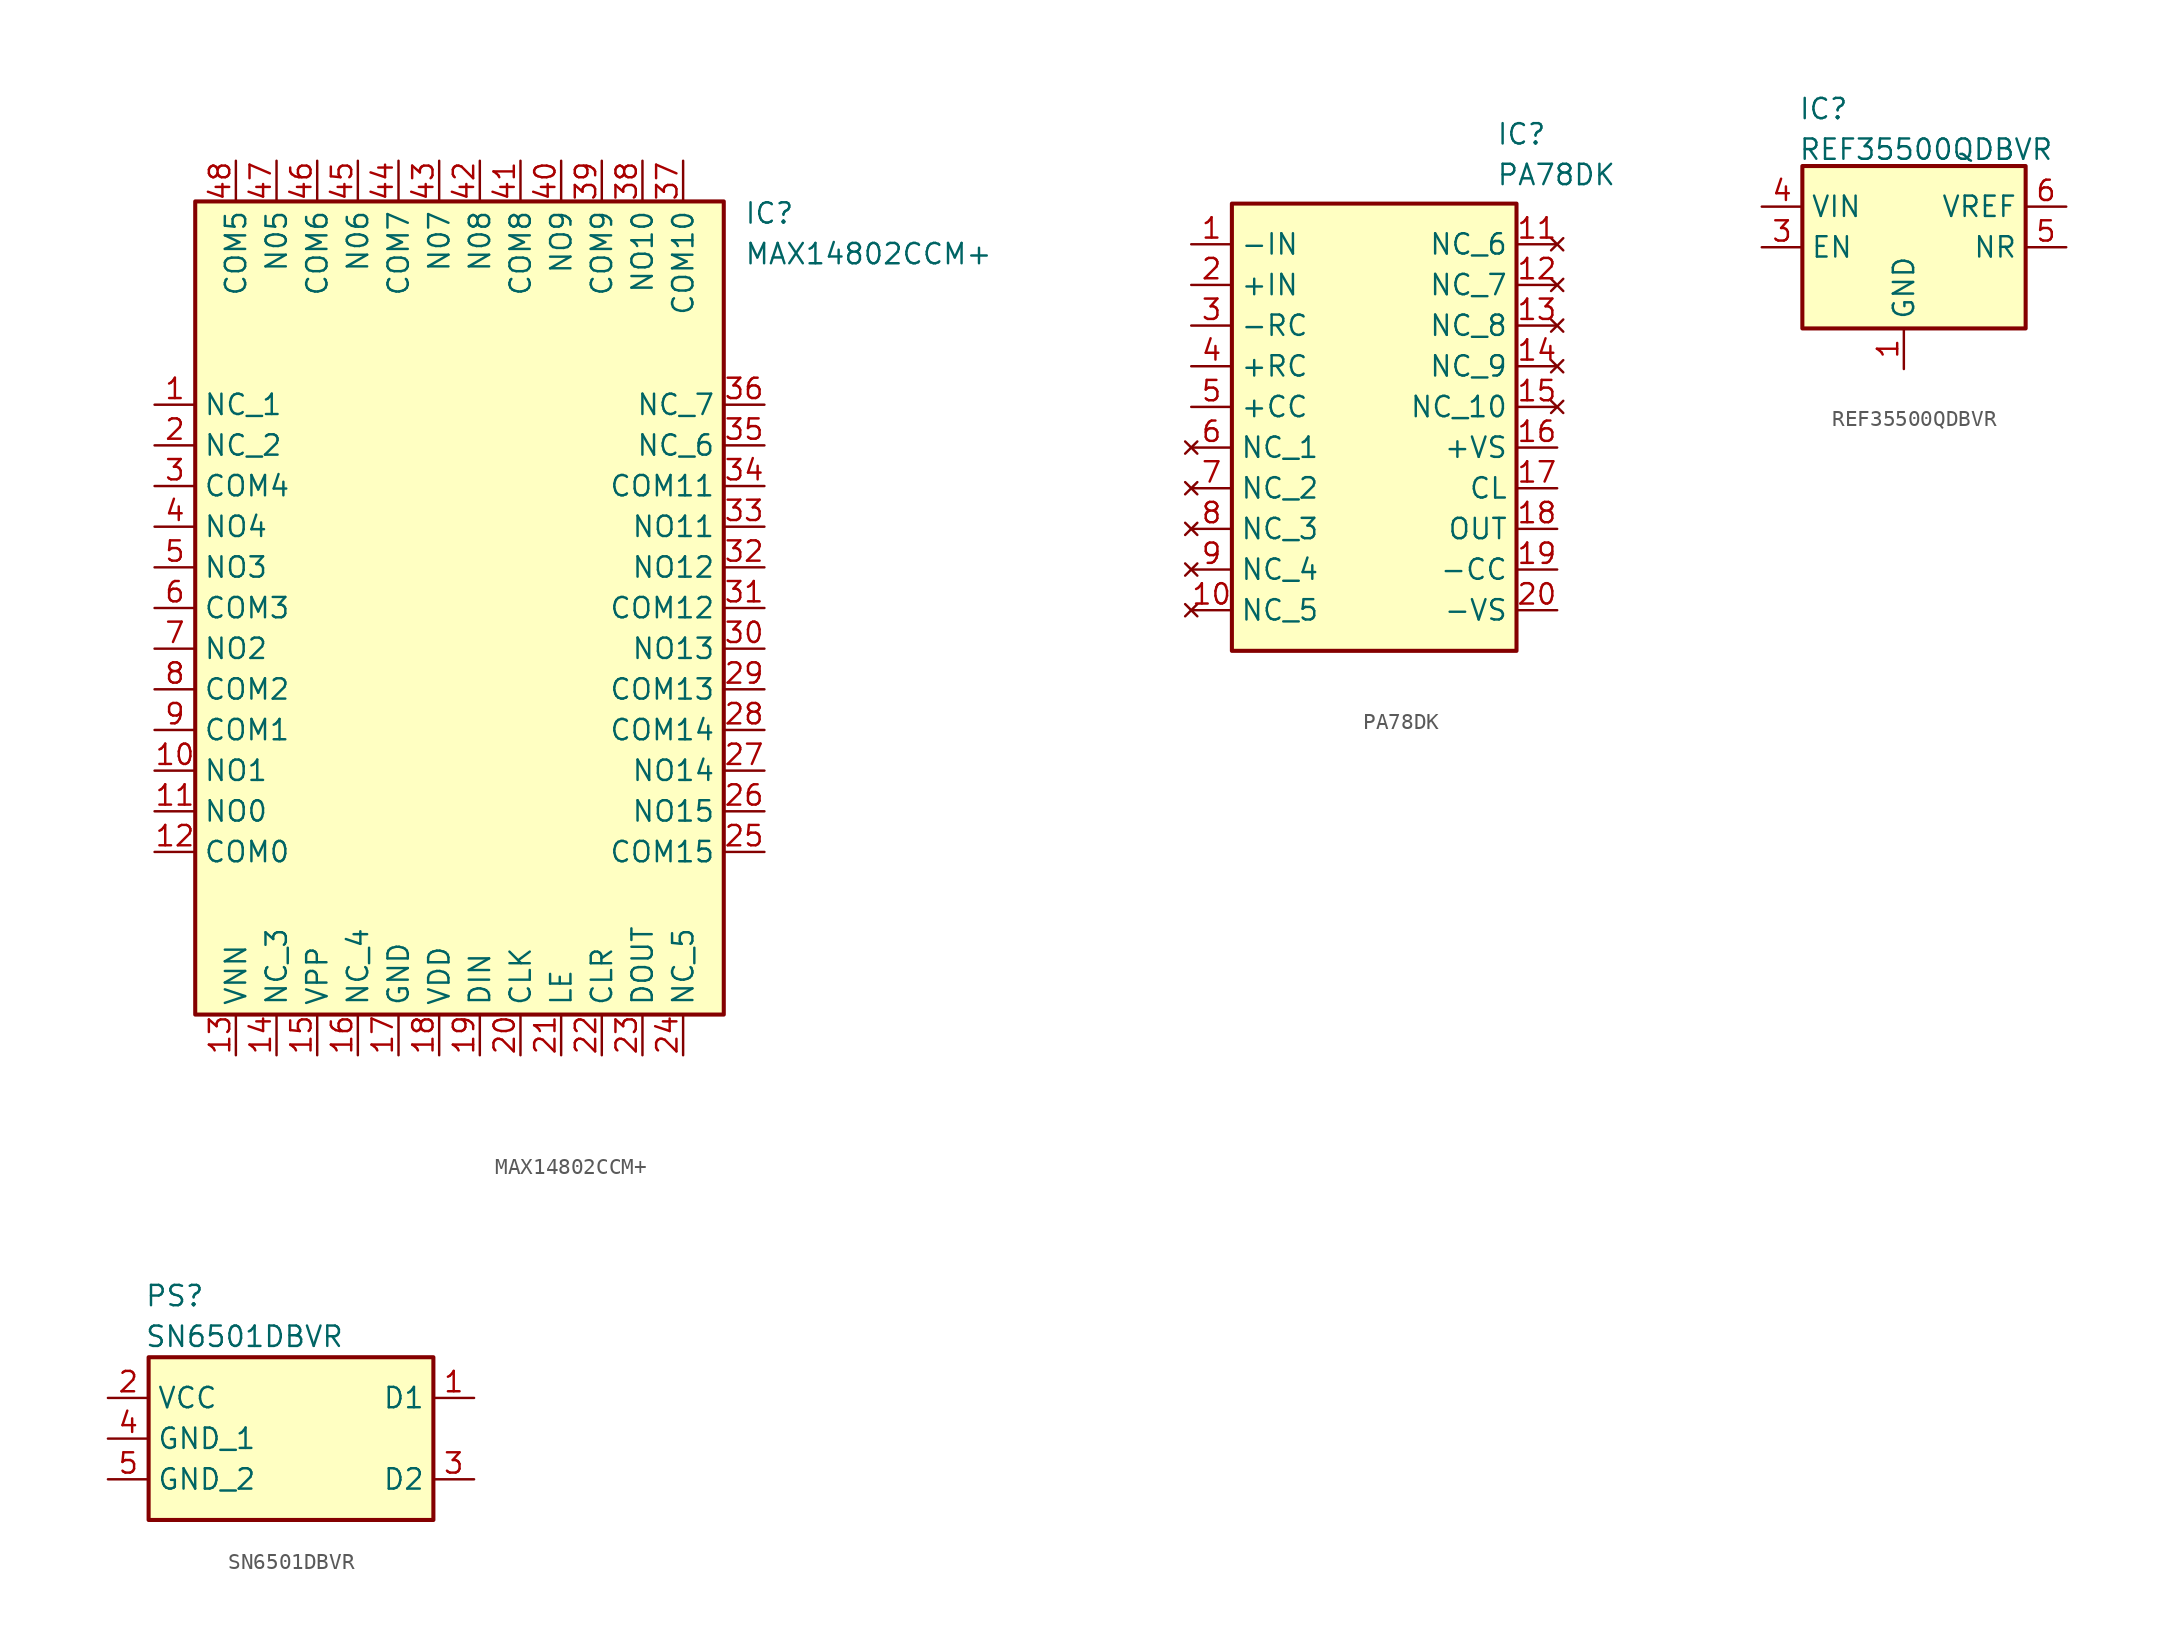
<source format=kicad_sym>
(kicad_symbol_lib
  (version 20231120)
  (generator "kicad_symbol_editor")
  (generator_version "8.0")
  (symbol "MAX14802CCM+"
    (property "Reference" "IC"
      (at 34.29 0 0)
      (effects (font (size 1.27 1.27)) (justify left top)))
    (property "Value" "MAX14802CCM+"
      (at 34.29 -2.54 0)
      (effects (font (size 1.27 1.27)) (justify left top)))
    (symbol "MAX14802CCM+_1_1"
      (rectangle (start 0 0) (end 33.02 -50.8) (stroke (width 0.254) (type default)) (fill (type background)))
      (pin passive line (at -2.54 -12.7 0) (length 2.54) (name "NC_1" (effects (font (size 1.27 1.27)))) (number "1" (effects (font (size 1.27 1.27)))))
      (pin bidirectional line (at -2.54 -35.56 0) (length 2.54) (name "NO1" (effects (font (size 1.27 1.27)))) (number "10" (effects (font (size 1.27 1.27)))))
      (pin bidirectional line (at -2.54 -38.1 0) (length 2.54) (name "NO0" (effects (font (size 1.27 1.27)))) (number "11" (effects (font (size 1.27 1.27)))))
      (pin bidirectional line (at -2.54 -40.64 0) (length 2.54) (name "COM0" (effects (font (size 1.27 1.27)))) (number "12" (effects (font (size 1.27 1.27)))))
      (pin power_in line (at 2.54 -53.34 90) (length 2.54) (name "VNN" (effects (font (size 1.27 1.27)))) (number "13" (effects (font (size 1.27 1.27)))))
      (pin passive line (at 5.08 -53.34 90) (length 2.54) (name "NC_3" (effects (font (size 1.27 1.27)))) (number "14" (effects (font (size 1.27 1.27)))))
      (pin power_in line (at 7.62 -53.34 90) (length 2.54) (name "VPP" (effects (font (size 1.27 1.27)))) (number "15" (effects (font (size 1.27 1.27)))))
      (pin passive line (at 10.16 -53.34 90) (length 2.54) (name "NC_4" (effects (font (size 1.27 1.27)))) (number "16" (effects (font (size 1.27 1.27)))))
      (pin power_in line (at 12.7 -53.34 90) (length 2.54) (name "GND" (effects (font (size 1.27 1.27)))) (number "17" (effects (font (size 1.27 1.27)))))
      (pin power_in line (at 15.24 -53.34 90) (length 2.54) (name "VDD" (effects (font (size 1.27 1.27)))) (number "18" (effects (font (size 1.27 1.27)))))
      (pin input line (at 17.78 -53.34 90) (length 2.54) (name "DIN" (effects (font (size 1.27 1.27)))) (number "19" (effects (font (size 1.27 1.27)))))
      (pin passive line (at -2.54 -15.24 0) (length 2.54) (name "NC_2" (effects (font (size 1.27 1.27)))) (number "2" (effects (font (size 1.27 1.27)))))
      (pin input line (at 20.32 -53.34 90) (length 2.54) (name "CLK" (effects (font (size 1.27 1.27)))) (number "20" (effects (font (size 1.27 1.27)))))
      (pin input line (at 22.86 -53.34 90) (length 2.54) (name "LE" (effects (font (size 1.27 1.27)))) (number "21" (effects (font (size 1.27 1.27)))))
      (pin input line (at 25.4 -53.34 90) (length 2.54) (name "CLR" (effects (font (size 1.27 1.27)))) (number "22" (effects (font (size 1.27 1.27)))))
      (pin output line (at 27.94 -53.34 90) (length 2.54) (name "DOUT" (effects (font (size 1.27 1.27)))) (number "23" (effects (font (size 1.27 1.27)))))
      (pin passive line (at 30.48 -53.34 90) (length 2.54) (name "NC_5" (effects (font (size 1.27 1.27)))) (number "24" (effects (font (size 1.27 1.27)))))
      (pin bidirectional line (at 35.56 -40.64 180) (length 2.54) (name "COM15" (effects (font (size 1.27 1.27)))) (number "25" (effects (font (size 1.27 1.27)))))
      (pin bidirectional line (at 35.56 -38.1 180) (length 2.54) (name "NO15" (effects (font (size 1.27 1.27)))) (number "26" (effects (font (size 1.27 1.27)))))
      (pin bidirectional line (at 35.56 -35.56 180) (length 2.54) (name "NO14" (effects (font (size 1.27 1.27)))) (number "27" (effects (font (size 1.27 1.27)))))
      (pin bidirectional line (at 35.56 -33.02 180) (length 2.54) (name "COM14" (effects (font (size 1.27 1.27)))) (number "28" (effects (font (size 1.27 1.27)))))
      (pin bidirectional line (at 35.56 -30.48 180) (length 2.54) (name "COM13" (effects (font (size 1.27 1.27)))) (number "29" (effects (font (size 1.27 1.27)))))
      (pin bidirectional line (at -2.54 -17.78 0) (length 2.54) (name "COM4" (effects (font (size 1.27 1.27)))) (number "3" (effects (font (size 1.27 1.27)))))
      (pin bidirectional line (at 35.56 -27.94 180) (length 2.54) (name "NO13" (effects (font (size 1.27 1.27)))) (number "30" (effects (font (size 1.27 1.27)))))
      (pin bidirectional line (at 35.56 -25.4 180) (length 2.54) (name "COM12" (effects (font (size 1.27 1.27)))) (number "31" (effects (font (size 1.27 1.27)))))
      (pin bidirectional line (at 35.56 -22.86 180) (length 2.54) (name "NO12" (effects (font (size 1.27 1.27)))) (number "32" (effects (font (size 1.27 1.27)))))
      (pin bidirectional line (at 35.56 -20.32 180) (length 2.54) (name "NO11" (effects (font (size 1.27 1.27)))) (number "33" (effects (font (size 1.27 1.27)))))
      (pin bidirectional line (at 35.56 -17.78 180) (length 2.54) (name "COM11" (effects (font (size 1.27 1.27)))) (number "34" (effects (font (size 1.27 1.27)))))
      (pin passive line (at 35.56 -15.24 180) (length 2.54) (name "NC_6" (effects (font (size 1.27 1.27)))) (number "35" (effects (font (size 1.27 1.27)))))
      (pin passive line (at 35.56 -12.7 180) (length 2.54) (name "NC_7" (effects (font (size 1.27 1.27)))) (number "36" (effects (font (size 1.27 1.27)))))
      (pin passive line (at 30.48 2.54 270) (length 2.54) (name "COM10" (effects (font (size 1.27 1.27)))) (number "37" (effects (font (size 1.27 1.27)))))
      (pin passive line (at 27.94 2.54 270) (length 2.54) (name "NO10" (effects (font (size 1.27 1.27)))) (number "38" (effects (font (size 1.27 1.27)))))
      (pin passive line (at 25.4 2.54 270) (length 2.54) (name "COM9" (effects (font (size 1.27 1.27)))) (number "39" (effects (font (size 1.27 1.27)))))
      (pin bidirectional line (at -2.54 -20.32 0) (length 2.54) (name "NO4" (effects (font (size 1.27 1.27)))) (number "4" (effects (font (size 1.27 1.27)))))
      (pin passive line (at 22.86 2.54 270) (length 2.54) (name "NO9" (effects (font (size 1.27 1.27)))) (number "40" (effects (font (size 1.27 1.27)))))
      (pin passive line (at 20.32 2.54 270) (length 2.54) (name "COM8" (effects (font (size 1.27 1.27)))) (number "41" (effects (font (size 1.27 1.27)))))
      (pin passive line (at 17.78 2.54 270) (length 2.54) (name "N08" (effects (font (size 1.27 1.27)))) (number "42" (effects (font (size 1.27 1.27)))))
      (pin passive line (at 15.24 2.54 270) (length 2.54) (name "N07" (effects (font (size 1.27 1.27)))) (number "43" (effects (font (size 1.27 1.27)))))
      (pin passive line (at 12.7 2.54 270) (length 2.54) (name "COM7" (effects (font (size 1.27 1.27)))) (number "44" (effects (font (size 1.27 1.27)))))
      (pin passive line (at 10.16 2.54 270) (length 2.54) (name "N06" (effects (font (size 1.27 1.27)))) (number "45" (effects (font (size 1.27 1.27)))))
      (pin passive line (at 7.62 2.54 270) (length 2.54) (name "COM6" (effects (font (size 1.27 1.27)))) (number "46" (effects (font (size 1.27 1.27)))))
      (pin passive line (at 5.08 2.54 270) (length 2.54) (name "N05" (effects (font (size 1.27 1.27)))) (number "47" (effects (font (size 1.27 1.27)))))
      (pin passive line (at 2.54 2.54 270) (length 2.54) (name "COM5" (effects (font (size 1.27 1.27)))) (number "48" (effects (font (size 1.27 1.27)))))
      (pin bidirectional line (at -2.54 -22.86 0) (length 2.54) (name "NO3" (effects (font (size 1.27 1.27)))) (number "5" (effects (font (size 1.27 1.27)))))
      (pin bidirectional line (at -2.54 -25.4 0) (length 2.54) (name "COM3" (effects (font (size 1.27 1.27)))) (number "6" (effects (font (size 1.27 1.27)))))
      (pin bidirectional line (at -2.54 -27.94 0) (length 2.54) (name "NO2" (effects (font (size 1.27 1.27)))) (number "7" (effects (font (size 1.27 1.27)))))
      (pin bidirectional line (at -2.54 -30.48 0) (length 2.54) (name "COM2" (effects (font (size 1.27 1.27)))) (number "8" (effects (font (size 1.27 1.27)))))
      (pin bidirectional line (at -2.54 -33.02 0) (length 2.54) (name "COM1" (effects (font (size 1.27 1.27)))) (number "9" (effects (font (size 1.27 1.27)))))))
  (symbol "PA78DK"
    (property "Reference" "IC"
      (at 19.05 7.62 0)
      (effects (font (size 1.27 1.27)) (justify left top)))
    (property "Value" "PA78DK"
      (at 19.05 5.08 0)
      (effects (font (size 1.27 1.27)) (justify left top)))
    (symbol "PA78DK_1_1"
      (rectangle (start 2.54 2.54) (end 20.32 -25.4) (stroke (width 0.254) (type default)) (fill (type background)))
      (pin passive line (at 0 0 0) (length 2.54) (name "-IN" (effects (font (size 1.27 1.27)))) (number "1" (effects (font (size 1.27 1.27)))))
      (pin no_connect line (at 0 -22.86 0) (length 2.54) (name "NC_5" (effects (font (size 1.27 1.27)))) (number "10" (effects (font (size 1.27 1.27)))))
      (pin no_connect line (at 22.86 0 180) (length 2.54) (name "NC_6" (effects (font (size 1.27 1.27)))) (number "11" (effects (font (size 1.27 1.27)))))
      (pin no_connect line (at 22.86 -2.54 180) (length 2.54) (name "NC_7" (effects (font (size 1.27 1.27)))) (number "12" (effects (font (size 1.27 1.27)))))
      (pin no_connect line (at 22.86 -5.08 180) (length 2.54) (name "NC_8" (effects (font (size 1.27 1.27)))) (number "13" (effects (font (size 1.27 1.27)))))
      (pin no_connect line (at 22.86 -7.62 180) (length 2.54) (name "NC_9" (effects (font (size 1.27 1.27)))) (number "14" (effects (font (size 1.27 1.27)))))
      (pin no_connect line (at 22.86 -10.16 180) (length 2.54) (name "NC_10" (effects (font (size 1.27 1.27)))) (number "15" (effects (font (size 1.27 1.27)))))
      (pin power_in line (at 22.86 -12.7 180) (length 2.54) (name "+VS" (effects (font (size 1.27 1.27)))) (number "16" (effects (font (size 1.27 1.27)))))
      (pin passive line (at 22.86 -15.24 180) (length 2.54) (name "CL" (effects (font (size 1.27 1.27)))) (number "17" (effects (font (size 1.27 1.27)))))
      (pin passive line (at 22.86 -17.78 180) (length 2.54) (name "OUT" (effects (font (size 1.27 1.27)))) (number "18" (effects (font (size 1.27 1.27)))))
      (pin passive line (at 22.86 -20.32 180) (length 2.54) (name "-CC" (effects (font (size 1.27 1.27)))) (number "19" (effects (font (size 1.27 1.27)))))
      (pin passive line (at 0 -2.54 0) (length 2.54) (name "+IN" (effects (font (size 1.27 1.27)))) (number "2" (effects (font (size 1.27 1.27)))))
      (pin power_in line (at 22.86 -22.86 180) (length 2.54) (name "-VS" (effects (font (size 1.27 1.27)))) (number "20" (effects (font (size 1.27 1.27)))))
      (pin passive line (at 0 -5.08 0) (length 2.54) (name "-RC" (effects (font (size 1.27 1.27)))) (number "3" (effects (font (size 1.27 1.27)))))
      (pin passive line (at 0 -7.62 0) (length 2.54) (name "+RC" (effects (font (size 1.27 1.27)))) (number "4" (effects (font (size 1.27 1.27)))))
      (pin passive line (at 0 -10.16 0) (length 2.54) (name "+CC" (effects (font (size 1.27 1.27)))) (number "5" (effects (font (size 1.27 1.27)))))
      (pin no_connect line (at 0 -12.7 0) (length 2.54) (name "NC_1" (effects (font (size 1.27 1.27)))) (number "6" (effects (font (size 1.27 1.27)))))
      (pin no_connect line (at 0 -15.24 0) (length 2.54) (name "NC_2" (effects (font (size 1.27 1.27)))) (number "7" (effects (font (size 1.27 1.27)))))
      (pin no_connect line (at 0 -17.78 0) (length 2.54) (name "NC_3" (effects (font (size 1.27 1.27)))) (number "8" (effects (font (size 1.27 1.27)))))
      (pin no_connect line (at 0 -20.32 0) (length 2.54) (name "NC_4" (effects (font (size 1.27 1.27)))) (number "9" (effects (font (size 1.27 1.27)))))))
  (symbol "REF35500QDBVR"
    (property "Reference" "IC"
      (at -0.254 4.318 0)
      (effects (font (size 1.27 1.27)) (justify left top)))
    (property "Value" "REF35500QDBVR"
      (at -0.254 1.778 0)
      (effects (font (size 1.27 1.27)) (justify left top)))
    (symbol "REF35500QDBVR_1_1"
      (rectangle (start 0 0) (end 13.97 -10.16) (stroke (width 0.254) (type default)) (fill (type background)))
      (pin power_in line (at 6.35 -12.7 90) (length 2.54) (name "GND" (effects (font (size 1.27 1.27)))) (number "1" (effects (font (size 1.27 1.27)))))
      (pin power_in line (at 6.35 -12.7 90) (length 2.54) hide (name "GND" (effects (font (size 1.27 1.27)))) (number "2" (effects (font (size 1.27 1.27)))))
      (pin passive line (at -2.54 -5.08 0) (length 2.54) (name "EN" (effects (font (size 1.27 1.27)))) (number "3" (effects (font (size 1.27 1.27)))))
      (pin power_in line (at -2.54 -2.54 0) (length 2.54) (name "VIN" (effects (font (size 1.27 1.27)))) (number "4" (effects (font (size 1.27 1.27)))))
      (pin passive line (at 16.51 -5.08 180) (length 2.54) (name "NR" (effects (font (size 1.27 1.27)))) (number "5" (effects (font (size 1.27 1.27)))))
      (pin power_out line (at 16.51 -2.54 180) (length 2.54) (name "VREF" (effects (font (size 1.27 1.27)))) (number "6" (effects (font (size 1.27 1.27)))))))
  (symbol "SN6501DBVR"
    (property "Reference" "PS"
      (at -0.254 4.572 0)
      (effects (font (size 1.27 1.27)) (justify left top)))
    (property "Value" "SN6501DBVR"
      (at -0.254 2.032 0)
      (effects (font (size 1.27 1.27)) (justify left top)))
    (symbol "SN6501DBVR_1_1"
      (rectangle (start 0 0) (end 17.78 -10.16) (stroke (width 0.254) (type default)) (fill (type background)))
      (pin bidirectional line (at 20.32 -2.54 180) (length 2.54) (name "D1" (effects (font (size 1.27 1.27)))) (number "1" (effects (font (size 1.27 1.27)))))
      (pin power_in line (at -2.54 -2.54 0) (length 2.54) (name "VCC" (effects (font (size 1.27 1.27)))) (number "2" (effects (font (size 1.27 1.27)))))
      (pin bidirectional line (at 20.32 -7.62 180) (length 2.54) (name "D2" (effects (font (size 1.27 1.27)))) (number "3" (effects (font (size 1.27 1.27)))))
      (pin power_in line (at -2.54 -5.08 0) (length 2.54) (name "GND_1" (effects (font (size 1.27 1.27)))) (number "4" (effects (font (size 1.27 1.27)))))
      (pin power_in line (at -2.54 -7.62 0) (length 2.54) (name "GND_2" (effects (font (size 1.27 1.27)))) (number "5" (effects (font (size 1.27 1.27))))))))
</source>
